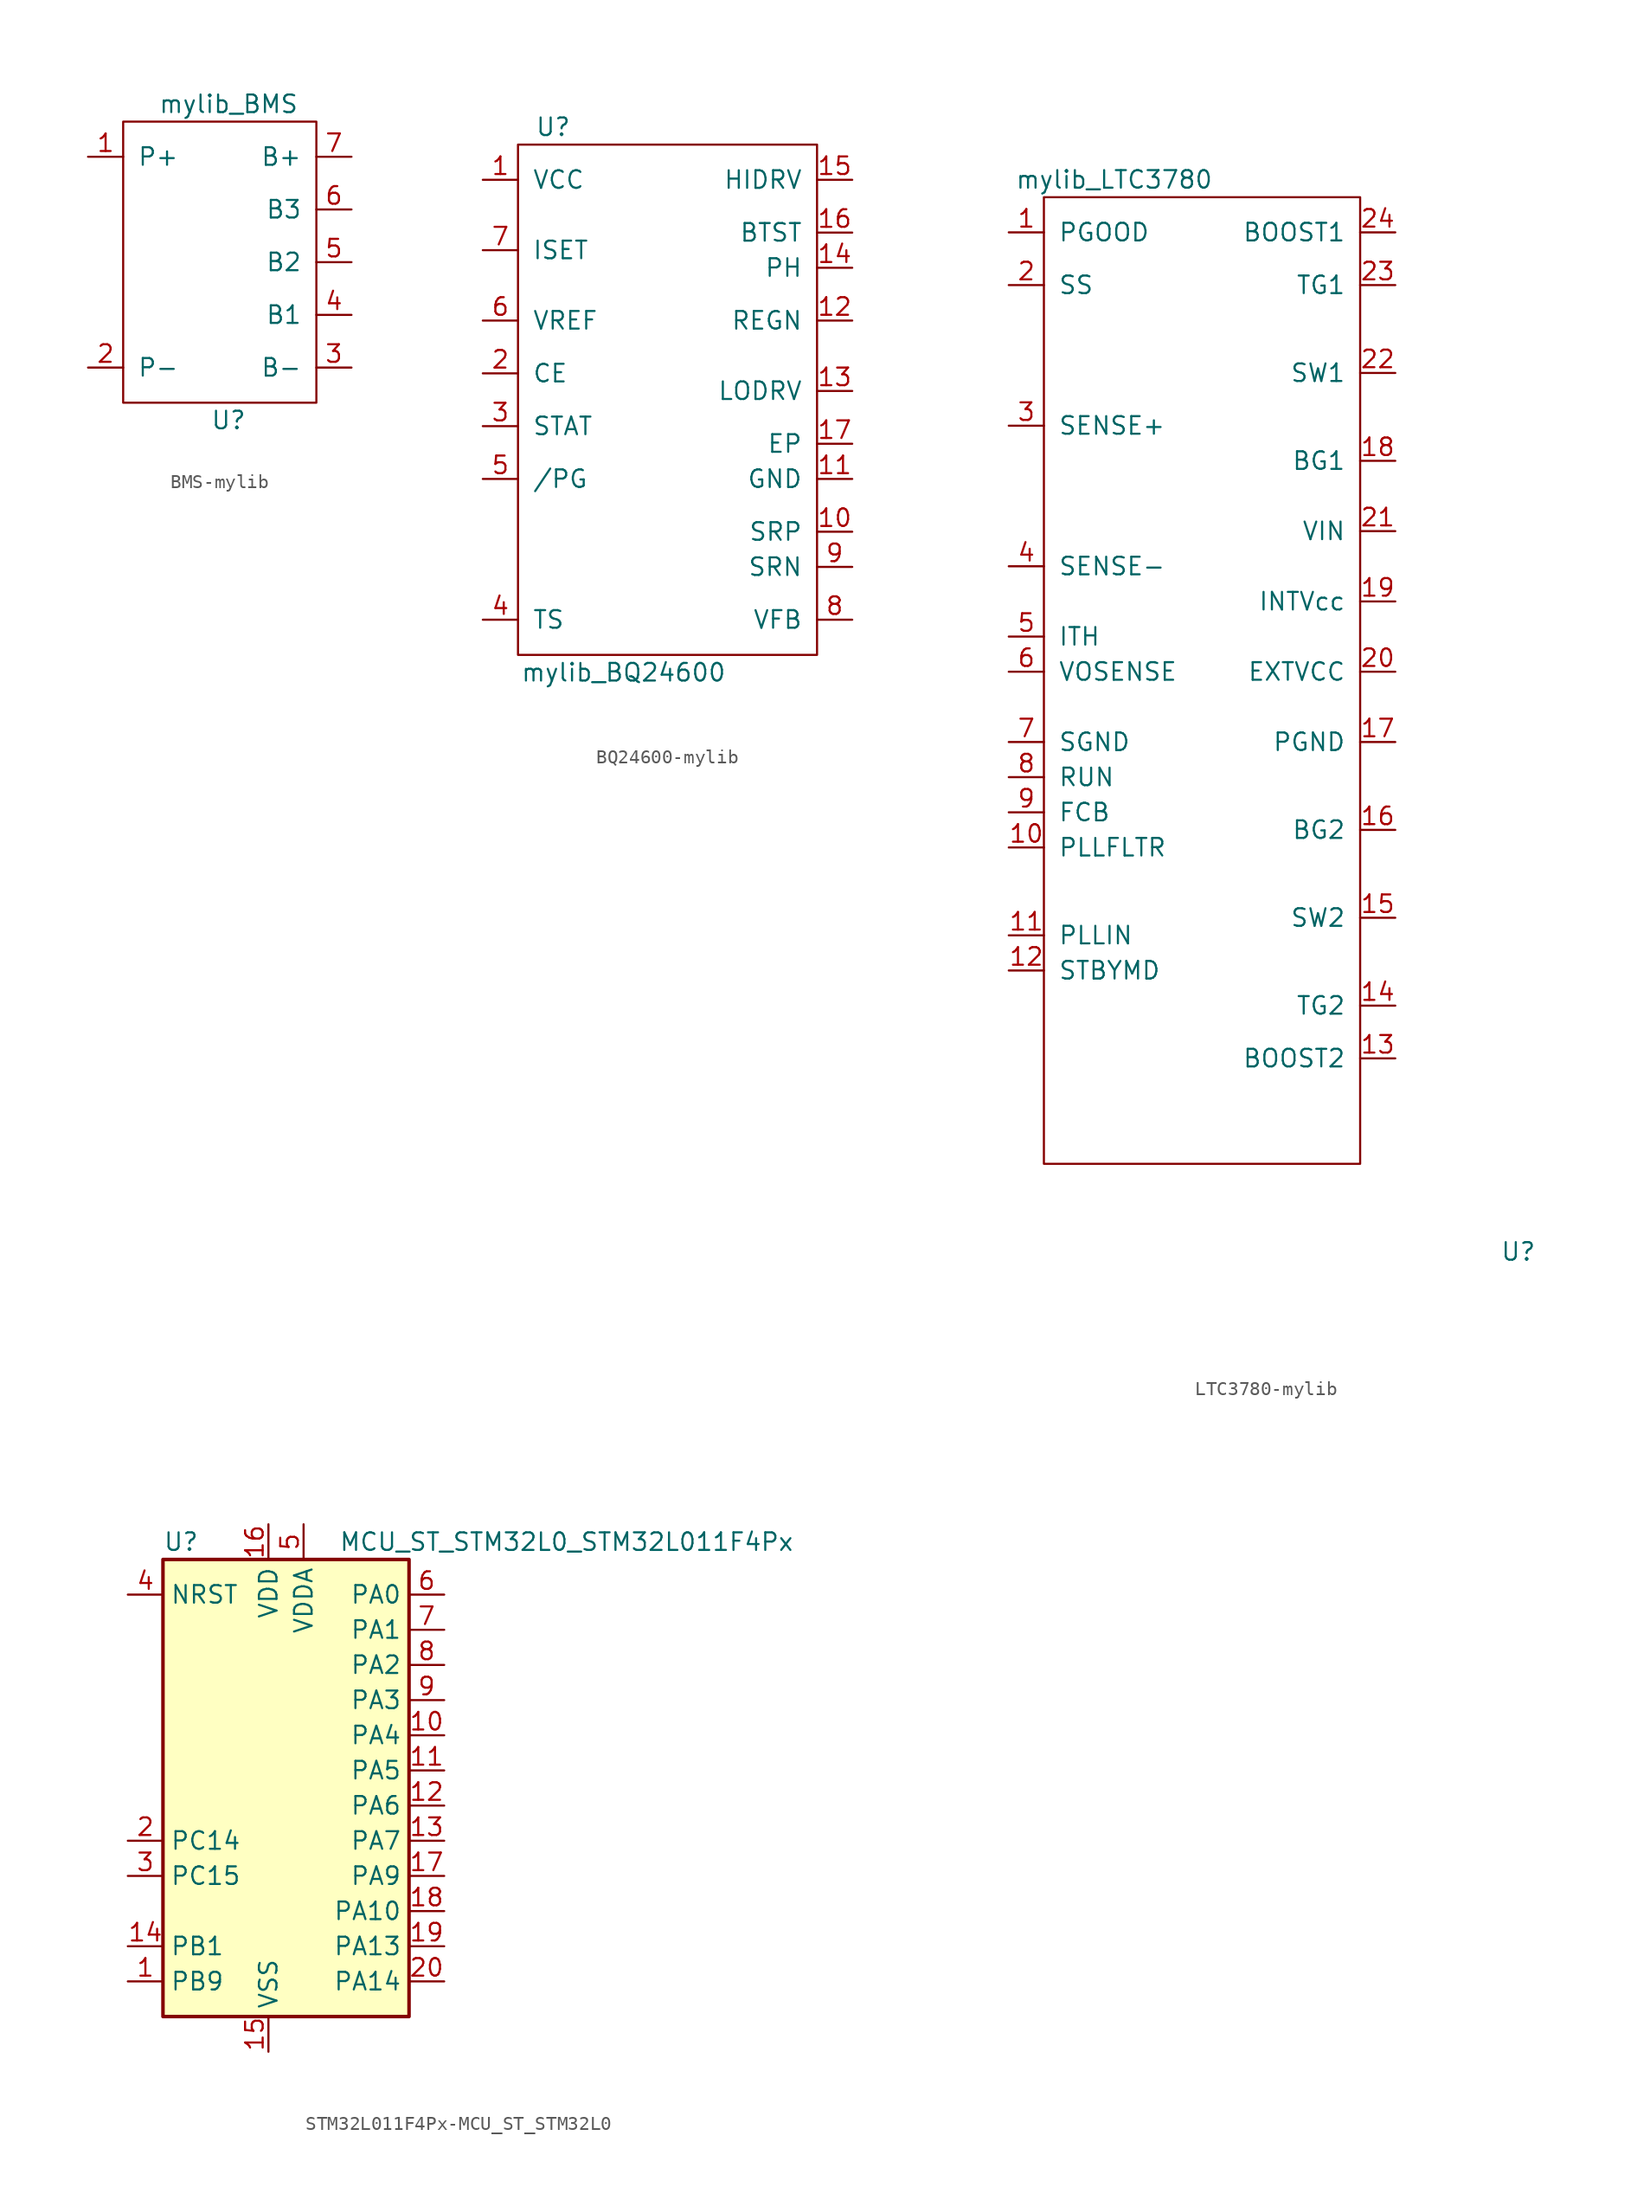
<source format=kicad_sym>
(kicad_symbol_lib
  (version 20231120)
  (generator "kicad_symbol_editor")
  (generator_version "8.0")
  (symbol "BMS-mylib"
    (pin_names
      (offset 1.016))
    (property "Reference" "U"
      (at 0 -11.43 0)
      (effects (font (size 1.27 1.27))))
    (property "Value" "mylib_BMS"
      (at 0 11.43 0)
      (effects (font (size 1.27 1.27))))
    (symbol "BMS-mylib_0_1"
      (rectangle (start -7.62 10.16) (end 6.35 -10.16) (stroke (width 0) (type solid)) (fill (type none))))
    (symbol "BMS-mylib_1_1"
      (pin passive line (at -10.16 7.62 0) (length 2.54) (name "P+" (effects (font (size 1.27 1.27)))) (number "1" (effects (font (size 1.27 1.27)))))
      (pin passive line (at -10.16 -7.62 0) (length 2.54) (name "P-" (effects (font (size 1.27 1.27)))) (number "2" (effects (font (size 1.27 1.27)))))
      (pin passive line (at 8.89 -7.62 180) (length 2.54) (name "B-" (effects (font (size 1.27 1.27)))) (number "3" (effects (font (size 1.27 1.27)))))
      (pin passive line (at 8.89 -3.81 180) (length 2.54) (name "B1" (effects (font (size 1.27 1.27)))) (number "4" (effects (font (size 1.27 1.27)))))
      (pin passive line (at 8.89 0 180) (length 2.54) (name "B2" (effects (font (size 1.27 1.27)))) (number "5" (effects (font (size 1.27 1.27)))))
      (pin passive line (at 8.89 3.81 180) (length 2.54) (name "B3" (effects (font (size 1.27 1.27)))) (number "6" (effects (font (size 1.27 1.27)))))
      (pin passive line (at 8.89 7.62 180) (length 2.54) (name "B+" (effects (font (size 1.27 1.27)))) (number "7" (effects (font (size 1.27 1.27)))))))
  (symbol "BQ24600-mylib"
    (pin_names
      (offset 1.016))
    (property "Reference" "U"
      (at -7.62 17.78 0)
      (effects (font (size 1.27 1.27))))
    (property "Value" "mylib_BQ24600"
      (at -2.54 -21.59 0)
      (effects (font (size 1.27 1.27))))
    (symbol "BQ24600-mylib_0_1"
      (rectangle (start -10.16 16.51) (end 11.43 -20.32) (stroke (width 0) (type solid)) (fill (type none))))
    (symbol "BQ24600-mylib_1_1"
      (pin power_in line (at -12.7 13.97 0) (length 2.54) (name "VCC" (effects (font (size 1.27 1.27)))) (number "1" (effects (font (size 1.27 1.27)))))
      (pin input line (at 13.97 -11.43 180) (length 2.54) (name "SRP" (effects (font (size 1.27 1.27)))) (number "10" (effects (font (size 1.27 1.27)))))
      (pin power_in line (at 13.97 -7.62 180) (length 2.54) (name "GND" (effects (font (size 1.27 1.27)))) (number "11" (effects (font (size 1.27 1.27)))))
      (pin output line (at 13.97 3.81 180) (length 2.54) (name "REGN" (effects (font (size 1.27 1.27)))) (number "12" (effects (font (size 1.27 1.27)))))
      (pin output line (at 13.97 -1.27 180) (length 2.54) (name "LODRV" (effects (font (size 1.27 1.27)))) (number "13" (effects (font (size 1.27 1.27)))))
      (pin input line (at 13.97 7.62 180) (length 2.54) (name "PH" (effects (font (size 1.27 1.27)))) (number "14" (effects (font (size 1.27 1.27)))))
      (pin output line (at 13.97 13.97 180) (length 2.54) (name "HIDRV" (effects (font (size 1.27 1.27)))) (number "15" (effects (font (size 1.27 1.27)))))
      (pin input line (at 13.97 10.16 180) (length 2.54) (name "BTST" (effects (font (size 1.27 1.27)))) (number "16" (effects (font (size 1.27 1.27)))))
      (pin power_in line (at 13.97 -5.08 180) (length 2.54) (name "EP" (effects (font (size 1.27 1.27)))) (number "17" (effects (font (size 1.27 1.27)))))
      (pin input line (at -12.7 0 0) (length 2.54) (name "CE" (effects (font (size 1.27 1.27)))) (number "2" (effects (font (size 1.27 1.27)))))
      (pin input line (at -12.7 -3.81 0) (length 2.54) (name "STAT" (effects (font (size 1.27 1.27)))) (number "3" (effects (font (size 1.27 1.27)))))
      (pin input line (at -12.7 -17.78 0) (length 2.54) (name "TS" (effects (font (size 1.27 1.27)))) (number "4" (effects (font (size 1.27 1.27)))))
      (pin output line (at -12.7 -7.62 0) (length 2.54) (name "/PG" (effects (font (size 1.27 1.27)))) (number "5" (effects (font (size 1.27 1.27)))))
      (pin output line (at -12.7 3.81 0) (length 2.54) (name "VREF" (effects (font (size 1.27 1.27)))) (number "6" (effects (font (size 1.27 1.27)))))
      (pin input line (at -12.7 8.89 0) (length 2.54) (name "ISET" (effects (font (size 1.27 1.27)))) (number "7" (effects (font (size 1.27 1.27)))))
      (pin output line (at 13.97 -17.78 180) (length 2.54) (name "VFB" (effects (font (size 1.27 1.27)))) (number "8" (effects (font (size 1.27 1.27)))))
      (pin input line (at 13.97 -13.97 180) (length 2.54) (name "SRN" (effects (font (size 1.27 1.27)))) (number "9" (effects (font (size 1.27 1.27)))))))
  (symbol "LTC3780-mylib"
    (pin_names
      (offset 1.016))
    (property "Reference" "U"
      (at 22.86 -41.91 0)
      (effects (font (size 1.27 1.27))))
    (property "Value" "mylib_LTC3780"
      (at -6.35 35.56 0)
      (effects (font (size 1.27 1.27))))
    (symbol "LTC3780-mylib_0_1"
      (rectangle (start -11.43 34.29) (end 11.43 -35.56) (stroke (width 0) (type solid)) (fill (type none))))
    (symbol "LTC3780-mylib_1_1"
      (pin open_collector line (at -13.97 31.75 0) (length 2.54) (name "PGOOD" (effects (font (size 1.27 1.27)))) (number "1" (effects (font (size 1.27 1.27)))))
      (pin power_out line (at -13.97 -12.7 0) (length 2.54) (name "PLLFLTR" (effects (font (size 1.27 1.27)))) (number "10" (effects (font (size 1.27 1.27)))))
      (pin input line (at -13.97 -19.05 0) (length 2.54) (name "PLLIN" (effects (font (size 1.27 1.27)))) (number "11" (effects (font (size 1.27 1.27)))))
      (pin power_out line (at -13.97 -21.59 0) (length 2.54) (name "STBYMD" (effects (font (size 1.27 1.27)))) (number "12" (effects (font (size 1.27 1.27)))))
      (pin passive line (at 13.97 -27.94 180) (length 2.54) (name "BOOST2" (effects (font (size 1.27 1.27)))) (number "13" (effects (font (size 1.27 1.27)))))
      (pin output line (at 13.97 -24.13 180) (length 2.54) (name "TG2" (effects (font (size 1.27 1.27)))) (number "14" (effects (font (size 1.27 1.27)))))
      (pin passive line (at 13.97 -17.78 180) (length 2.54) (name "SW2" (effects (font (size 1.27 1.27)))) (number "15" (effects (font (size 1.27 1.27)))))
      (pin output line (at 13.97 -11.43 180) (length 2.54) (name "BG2" (effects (font (size 1.27 1.27)))) (number "16" (effects (font (size 1.27 1.27)))))
      (pin power_in line (at 13.97 -5.08 180) (length 2.54) (name "PGND" (effects (font (size 1.27 1.27)))) (number "17" (effects (font (size 1.27 1.27)))))
      (pin output line (at 13.97 15.24 180) (length 2.54) (name "BG1" (effects (font (size 1.27 1.27)))) (number "18" (effects (font (size 1.27 1.27)))))
      (pin power_out line (at 13.97 5.08 180) (length 2.54) (name "INTVcc" (effects (font (size 1.27 1.27)))) (number "19" (effects (font (size 1.27 1.27)))))
      (pin passive line (at -13.97 27.94 0) (length 2.54) (name "SS" (effects (font (size 1.27 1.27)))) (number "2" (effects (font (size 1.27 1.27)))))
      (pin power_in line (at 13.97 0 180) (length 2.54) (name "EXTVCC" (effects (font (size 1.27 1.27)))) (number "20" (effects (font (size 1.27 1.27)))))
      (pin power_in line (at 13.97 10.16 180) (length 2.54) (name "VIN" (effects (font (size 1.27 1.27)))) (number "21" (effects (font (size 1.27 1.27)))))
      (pin passive line (at 13.97 21.59 180) (length 2.54) (name "SW1" (effects (font (size 1.27 1.27)))) (number "22" (effects (font (size 1.27 1.27)))))
      (pin output line (at 13.97 27.94 180) (length 2.54) (name "TG1" (effects (font (size 1.27 1.27)))) (number "23" (effects (font (size 1.27 1.27)))))
      (pin passive line (at 13.97 31.75 180) (length 2.54) (name "BOOST1" (effects (font (size 1.27 1.27)))) (number "24" (effects (font (size 1.27 1.27)))))
      (pin input line (at -13.97 17.78 0) (length 2.54) (name "SENSE+" (effects (font (size 1.27 1.27)))) (number "3" (effects (font (size 1.27 1.27)))))
      (pin input line (at -13.97 7.62 0) (length 2.54) (name "SENSE-" (effects (font (size 1.27 1.27)))) (number "4" (effects (font (size 1.27 1.27)))))
      (pin passive line (at -13.97 2.54 0) (length 2.54) (name "ITH" (effects (font (size 1.27 1.27)))) (number "5" (effects (font (size 1.27 1.27)))))
      (pin input line (at -13.97 0 0) (length 2.54) (name "VOSENSE" (effects (font (size 1.27 1.27)))) (number "6" (effects (font (size 1.27 1.27)))))
      (pin power_in line (at -13.97 -5.08 0) (length 2.54) (name "SGND" (effects (font (size 1.27 1.27)))) (number "7" (effects (font (size 1.27 1.27)))))
      (pin input line (at -13.97 -7.62 0) (length 2.54) (name "RUN" (effects (font (size 1.27 1.27)))) (number "8" (effects (font (size 1.27 1.27)))))
      (pin input line (at -13.97 -10.16 0) (length 2.54) (name "FCB" (effects (font (size 1.27 1.27)))) (number "9" (effects (font (size 1.27 1.27)))))))
  (symbol "STM32L011F4Px-MCU_ST_STM32L0"
    (property "Reference" "U"
      (at -10.16 16.51 0)
      (effects (font (size 1.27 1.27)) (justify left)))
    (property "Value" "MCU_ST_STM32L0_STM32L011F4Px"
      (at 2.54 16.51 0)
      (effects (font (size 1.27 1.27)) (justify left)))
    (symbol "STM32L011F4Px-MCU_ST_STM32L0_0_1"
      (rectangle (start -10.16 -17.78) (end 7.62 15.24) (stroke (width 0.254) (type solid)) (fill (type background))))
    (symbol "STM32L011F4Px-MCU_ST_STM32L0_1_1"
      (pin bidirectional line (at -12.7 -15.24 0) (length 2.54) (name "PB9" (effects (font (size 1.27 1.27)))) (number "1" (effects (font (size 1.27 1.27)))))
      (pin bidirectional line (at 10.16 2.54 180) (length 2.54) (name "PA4" (effects (font (size 1.27 1.27)))) (number "10" (effects (font (size 1.27 1.27)))))
      (pin bidirectional line (at 10.16 0 180) (length 2.54) (name "PA5" (effects (font (size 1.27 1.27)))) (number "11" (effects (font (size 1.27 1.27)))))
      (pin bidirectional line (at 10.16 -2.54 180) (length 2.54) (name "PA6" (effects (font (size 1.27 1.27)))) (number "12" (effects (font (size 1.27 1.27)))))
      (pin bidirectional line (at 10.16 -5.08 180) (length 2.54) (name "PA7" (effects (font (size 1.27 1.27)))) (number "13" (effects (font (size 1.27 1.27)))))
      (pin bidirectional line (at -12.7 -12.7 0) (length 2.54) (name "PB1" (effects (font (size 1.27 1.27)))) (number "14" (effects (font (size 1.27 1.27)))))
      (pin power_in line (at -2.54 -20.32 90) (length 2.54) (name "VSS" (effects (font (size 1.27 1.27)))) (number "15" (effects (font (size 1.27 1.27)))))
      (pin power_in line (at -2.54 17.78 270) (length 2.54) (name "VDD" (effects (font (size 1.27 1.27)))) (number "16" (effects (font (size 1.27 1.27)))))
      (pin bidirectional line (at 10.16 -7.62 180) (length 2.54) (name "PA9" (effects (font (size 1.27 1.27)))) (number "17" (effects (font (size 1.27 1.27)))))
      (pin bidirectional line (at 10.16 -10.16 180) (length 2.54) (name "PA10" (effects (font (size 1.27 1.27)))) (number "18" (effects (font (size 1.27 1.27)))))
      (pin bidirectional line (at 10.16 -12.7 180) (length 2.54) (name "PA13" (effects (font (size 1.27 1.27)))) (number "19" (effects (font (size 1.27 1.27)))))
      (pin bidirectional line (at -12.7 -5.08 0) (length 2.54) (name "PC14" (effects (font (size 1.27 1.27)))) (number "2" (effects (font (size 1.27 1.27)))))
      (pin bidirectional line (at 10.16 -15.24 180) (length 2.54) (name "PA14" (effects (font (size 1.27 1.27)))) (number "20" (effects (font (size 1.27 1.27)))))
      (pin bidirectional line (at -12.7 -7.62 0) (length 2.54) (name "PC15" (effects (font (size 1.27 1.27)))) (number "3" (effects (font (size 1.27 1.27)))))
      (pin input line (at -12.7 12.7 0) (length 2.54) (name "NRST" (effects (font (size 1.27 1.27)))) (number "4" (effects (font (size 1.27 1.27)))))
      (pin power_in line (at 0 17.78 270) (length 2.54) (name "VDDA" (effects (font (size 1.27 1.27)))) (number "5" (effects (font (size 1.27 1.27)))))
      (pin bidirectional line (at 10.16 12.7 180) (length 2.54) (name "PA0" (effects (font (size 1.27 1.27)))) (number "6" (effects (font (size 1.27 1.27)))))
      (pin bidirectional line (at 10.16 10.16 180) (length 2.54) (name "PA1" (effects (font (size 1.27 1.27)))) (number "7" (effects (font (size 1.27 1.27)))))
      (pin bidirectional line (at 10.16 7.62 180) (length 2.54) (name "PA2" (effects (font (size 1.27 1.27)))) (number "8" (effects (font (size 1.27 1.27)))))
      (pin bidirectional line (at 10.16 5.08 180) (length 2.54) (name "PA3" (effects (font (size 1.27 1.27)))) (number "9" (effects (font (size 1.27 1.27))))))))
</source>
